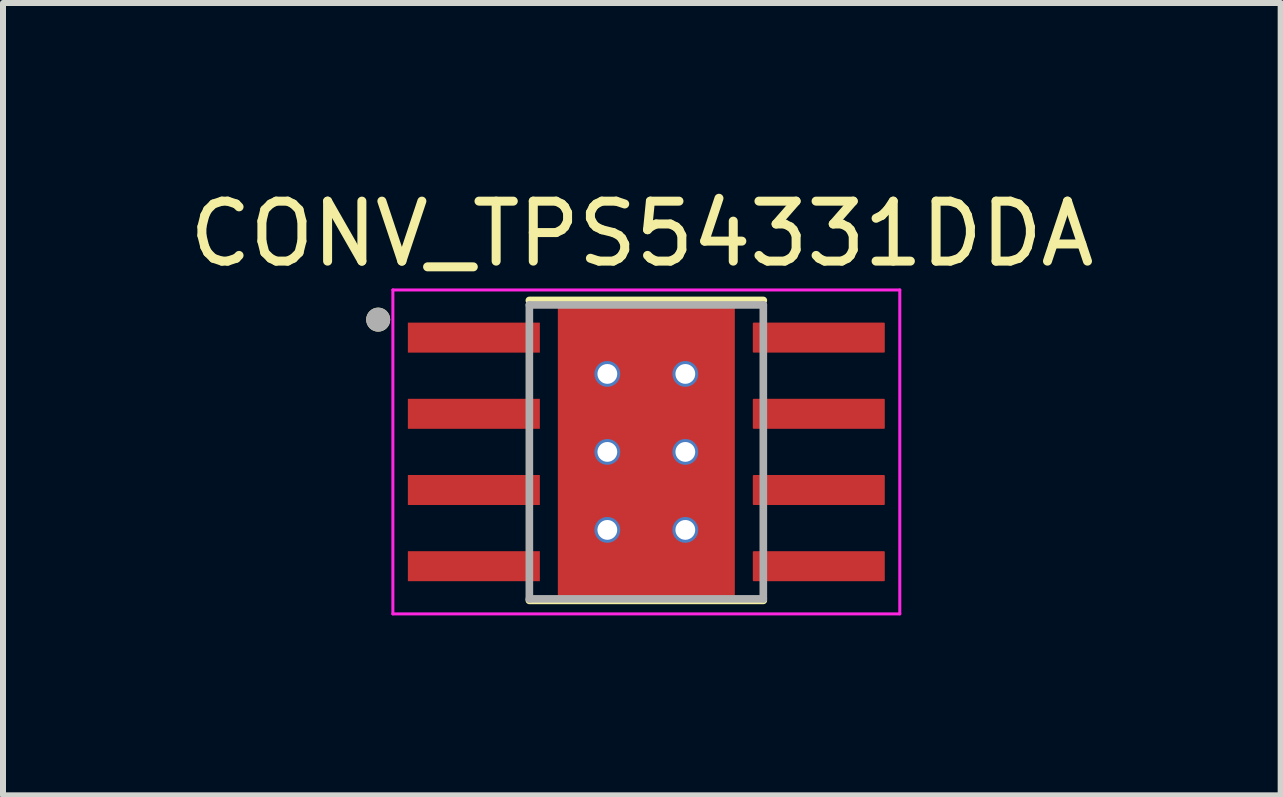
<source format=kicad_pcb>
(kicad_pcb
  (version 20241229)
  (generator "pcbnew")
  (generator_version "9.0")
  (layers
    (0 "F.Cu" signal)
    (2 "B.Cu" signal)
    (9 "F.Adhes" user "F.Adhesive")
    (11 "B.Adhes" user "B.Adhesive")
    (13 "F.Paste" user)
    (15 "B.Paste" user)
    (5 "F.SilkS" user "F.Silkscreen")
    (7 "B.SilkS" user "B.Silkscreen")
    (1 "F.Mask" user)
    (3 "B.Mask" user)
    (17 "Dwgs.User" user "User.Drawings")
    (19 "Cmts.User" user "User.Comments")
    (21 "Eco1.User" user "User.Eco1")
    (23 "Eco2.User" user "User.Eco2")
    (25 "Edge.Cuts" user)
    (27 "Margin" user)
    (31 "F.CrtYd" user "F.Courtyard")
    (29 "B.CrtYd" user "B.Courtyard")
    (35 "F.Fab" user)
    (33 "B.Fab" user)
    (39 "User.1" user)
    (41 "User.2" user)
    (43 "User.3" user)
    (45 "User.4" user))
  (footprint "CONV_TPS54331DDA"
    (layer "F.Cu")
    (at 7.724 4.483)
    (property "Reference" "CONV_TPS54331DDA" (at -0.075 -3.635 0) (layer "F.SilkS") (effects (font (size 1 1) (thickness 0.15))))
    (attr smd)
    (fp_poly (pts (xy -4.045 -2.225) (xy -1.705 -2.225) (xy -1.705 -1.585) (xy -4.045 -1.585)) (stroke (width 0.01) (type solid)) (fill yes) (layer "F.Mask"))
    (fp_poly (pts (xy -4.045 -0.955) (xy -1.705 -0.955) (xy -1.705 -0.315) (xy -4.045 -0.315)) (stroke (width 0.01) (type solid)) (fill yes) (layer "F.Mask"))
    (fp_poly (pts (xy -4.045 0.315) (xy -1.705 0.315) (xy -1.705 0.955) (xy -4.045 0.955)) (stroke (width 0.01) (type solid)) (fill yes) (layer "F.Mask"))
    (fp_poly (pts (xy -4.045 1.585) (xy -1.705 1.585) (xy -1.705 2.225) (xy -4.045 2.225)) (stroke (width 0.01) (type solid)) (fill yes) (layer "F.Mask"))
    (fp_poly (pts (xy -1.2 -1.55) (xy 1.2 -1.55) (xy 1.2 1.55) (xy -1.2 1.55)) (stroke (width 0.01) (type solid)) (fill yes) (layer "F.Mask"))
    (fp_poly (pts (xy 1.705 -2.225) (xy 4.045 -2.225) (xy 4.045 -1.585) (xy 1.705 -1.585)) (stroke (width 0.01) (type solid)) (fill yes) (layer "F.Mask"))
    (fp_poly (pts (xy 1.705 -0.955) (xy 4.045 -0.955) (xy 4.045 -0.315) (xy 1.705 -0.315)) (stroke (width 0.01) (type solid)) (fill yes) (layer "F.Mask"))
    (fp_poly (pts (xy 1.705 0.315) (xy 4.045 0.315) (xy 4.045 0.955) (xy 1.705 0.955)) (stroke (width 0.01) (type solid)) (fill yes) (layer "F.Mask"))
    (fp_poly (pts (xy 1.705 1.585) (xy 4.045 1.585) (xy 4.045 2.225) (xy 1.705 2.225)) (stroke (width 0.01) (type solid)) (fill yes) (layer "F.Mask"))
    (fp_line (start -1.95 -2.525) (end 1.95 -2.525) (stroke (width 0.127) (type solid)) (layer "F.SilkS"))
    (fp_line (start -1.95 2.475) (end 1.95 2.475) (stroke (width 0.127) (type solid)) (layer "F.SilkS"))
    (fp_circle (center -4.47 -2.205) (end -4.37 -2.205) (stroke (width 0.2) (type solid)) (fill no) (layer "F.SilkS"))
    (fp_poly (pts (xy -3.95 -2.13) (xy -1.8 -2.13) (xy -1.8 -1.68) (xy -3.95 -1.68)) (stroke (width 0.01) (type solid)) (fill yes) (layer "F.Paste"))
    (fp_poly (pts (xy -3.95 -0.86) (xy -1.8 -0.86) (xy -1.8 -0.41) (xy -3.95 -0.41)) (stroke (width 0.01) (type solid)) (fill yes) (layer "F.Paste"))
    (fp_poly (pts (xy -3.95 0.41) (xy -1.8 0.41) (xy -1.8 0.86) (xy -3.95 0.86)) (stroke (width 0.01) (type solid)) (fill yes) (layer "F.Paste"))
    (fp_poly (pts (xy -3.95 1.68) (xy -1.8 1.68) (xy -1.8 2.13) (xy -3.95 2.13)) (stroke (width 0.01) (type solid)) (fill yes) (layer "F.Paste"))
    (fp_poly (pts (xy -1.2 -1.55) (xy 1.2 -1.55) (xy 1.2 1.55) (xy -1.2 1.55)) (stroke (width 0.01) (type solid)) (fill yes) (layer "F.Paste"))
    (fp_poly (pts (xy 1.8 -2.13) (xy 3.95 -2.13) (xy 3.95 -1.68) (xy 1.8 -1.68)) (stroke (width 0.01) (type solid)) (fill yes) (layer "F.Paste"))
    (fp_poly (pts (xy 1.8 -0.86) (xy 3.95 -0.86) (xy 3.95 -0.41) (xy 1.8 -0.41)) (stroke (width 0.01) (type solid)) (fill yes) (layer "F.Paste"))
    (fp_poly (pts (xy 1.8 0.41) (xy 3.95 0.41) (xy 3.95 0.86) (xy 1.8 0.86)) (stroke (width 0.01) (type solid)) (fill yes) (layer "F.Paste"))
    (fp_poly (pts (xy 1.8 1.68) (xy 3.95 1.68) (xy 3.95 2.13) (xy 1.8 2.13)) (stroke (width 0.01) (type solid)) (fill yes) (layer "F.Paste"))
    (fp_line (start -4.225 -2.7) (end -4.225 2.7) (stroke (width 0.05) (type solid)) (layer "F.CrtYd"))
    (fp_line (start -4.225 -2.7) (end 4.225 -2.7) (stroke (width 0.05) (type solid)) (layer "F.CrtYd"))
    (fp_line (start -4.225 2.7) (end 4.225 2.7) (stroke (width 0.05) (type solid)) (layer "F.CrtYd"))
    (fp_line (start 4.225 -2.7) (end 4.225 2.7) (stroke (width 0.05) (type solid)) (layer "F.CrtYd"))
    (fp_line (start -1.95 -2.45) (end -1.95 2.45) (stroke (width 0.127) (type solid)) (layer "F.Fab"))
    (fp_line (start -1.95 -2.45) (end 1.95 -2.45) (stroke (width 0.127) (type solid)) (layer "F.Fab"))
    (fp_line (start -1.95 2.45) (end 1.95 2.45) (stroke (width 0.127) (type solid)) (layer "F.Fab"))
    (fp_line (start 1.95 -2.45) (end 1.95 2.45) (stroke (width 0.127) (type solid)) (layer "F.Fab"))
    (fp_circle (center -4.47 -2.205) (end -4.37 -2.205) (stroke (width 0.2) (type solid)) (fill no) (layer "F.Fab"))
    (pad "1" smd rect (at -2.875 -1.905) (size 2.2 0.5) (layers "F.Cu"))
    (pad "2" smd rect (at -2.875 -0.635) (size 2.2 0.5) (layers "F.Cu"))
    (pad "3" smd rect (at -2.875 0.635) (size 2.2 0.5) (layers "F.Cu"))
    (pad "4" smd rect (at -2.875 1.905) (size 2.2 0.5) (layers "F.Cu"))
    (pad "5" smd roundrect (at 2.875 1.905) (size 2.2 0.5) (layers "F.Cu") (roundrect_rratio 0.03))
    (pad "6" smd roundrect (at 2.875 0.635) (size 2.2 0.5) (layers "F.Cu") (roundrect_rratio 0.03))
    (pad "7" smd roundrect (at 2.875 -0.635) (size 2.2 0.5) (layers "F.Cu") (roundrect_rratio 0.03))
    (pad "8" smd roundrect (at 2.875 -1.905) (size 2.2 0.5) (layers "F.Cu") (roundrect_rratio 0.03))
    (pad "9" smd rect (at 0 0) (size 2.95 4.9) (layers "F.Cu"))
    (pad "10" thru_hole circle (at -0.65 -1.3) (size 0.43 0.43) (drill 0.33) (layers "*.Cu"))
    (pad "11" thru_hole circle (at 0.65 -1.3) (size 0.43 0.43) (drill 0.33) (layers "*.Cu"))
    (pad "12" thru_hole circle (at -0.65 0) (size 0.43 0.43) (drill 0.33) (layers "*.Cu"))
    (pad "13" thru_hole circle (at 0.65 0) (size 0.43 0.43) (drill 0.33) (layers "*.Cu"))
    (pad "14" thru_hole circle (at -0.65 1.3) (size 0.43 0.43) (drill 0.33) (layers "*.Cu"))
    (pad "15" thru_hole circle (at 0.65 1.3) (size 0.43 0.43) (drill 0.33) (layers "*.Cu")))
  (gr_rect
    (start -3 -3)
    (end 18.298 10.208)
    (stroke (width 0.1) (type default))
    (fill no)
    (layer "Edge.Cuts")))
</source>
